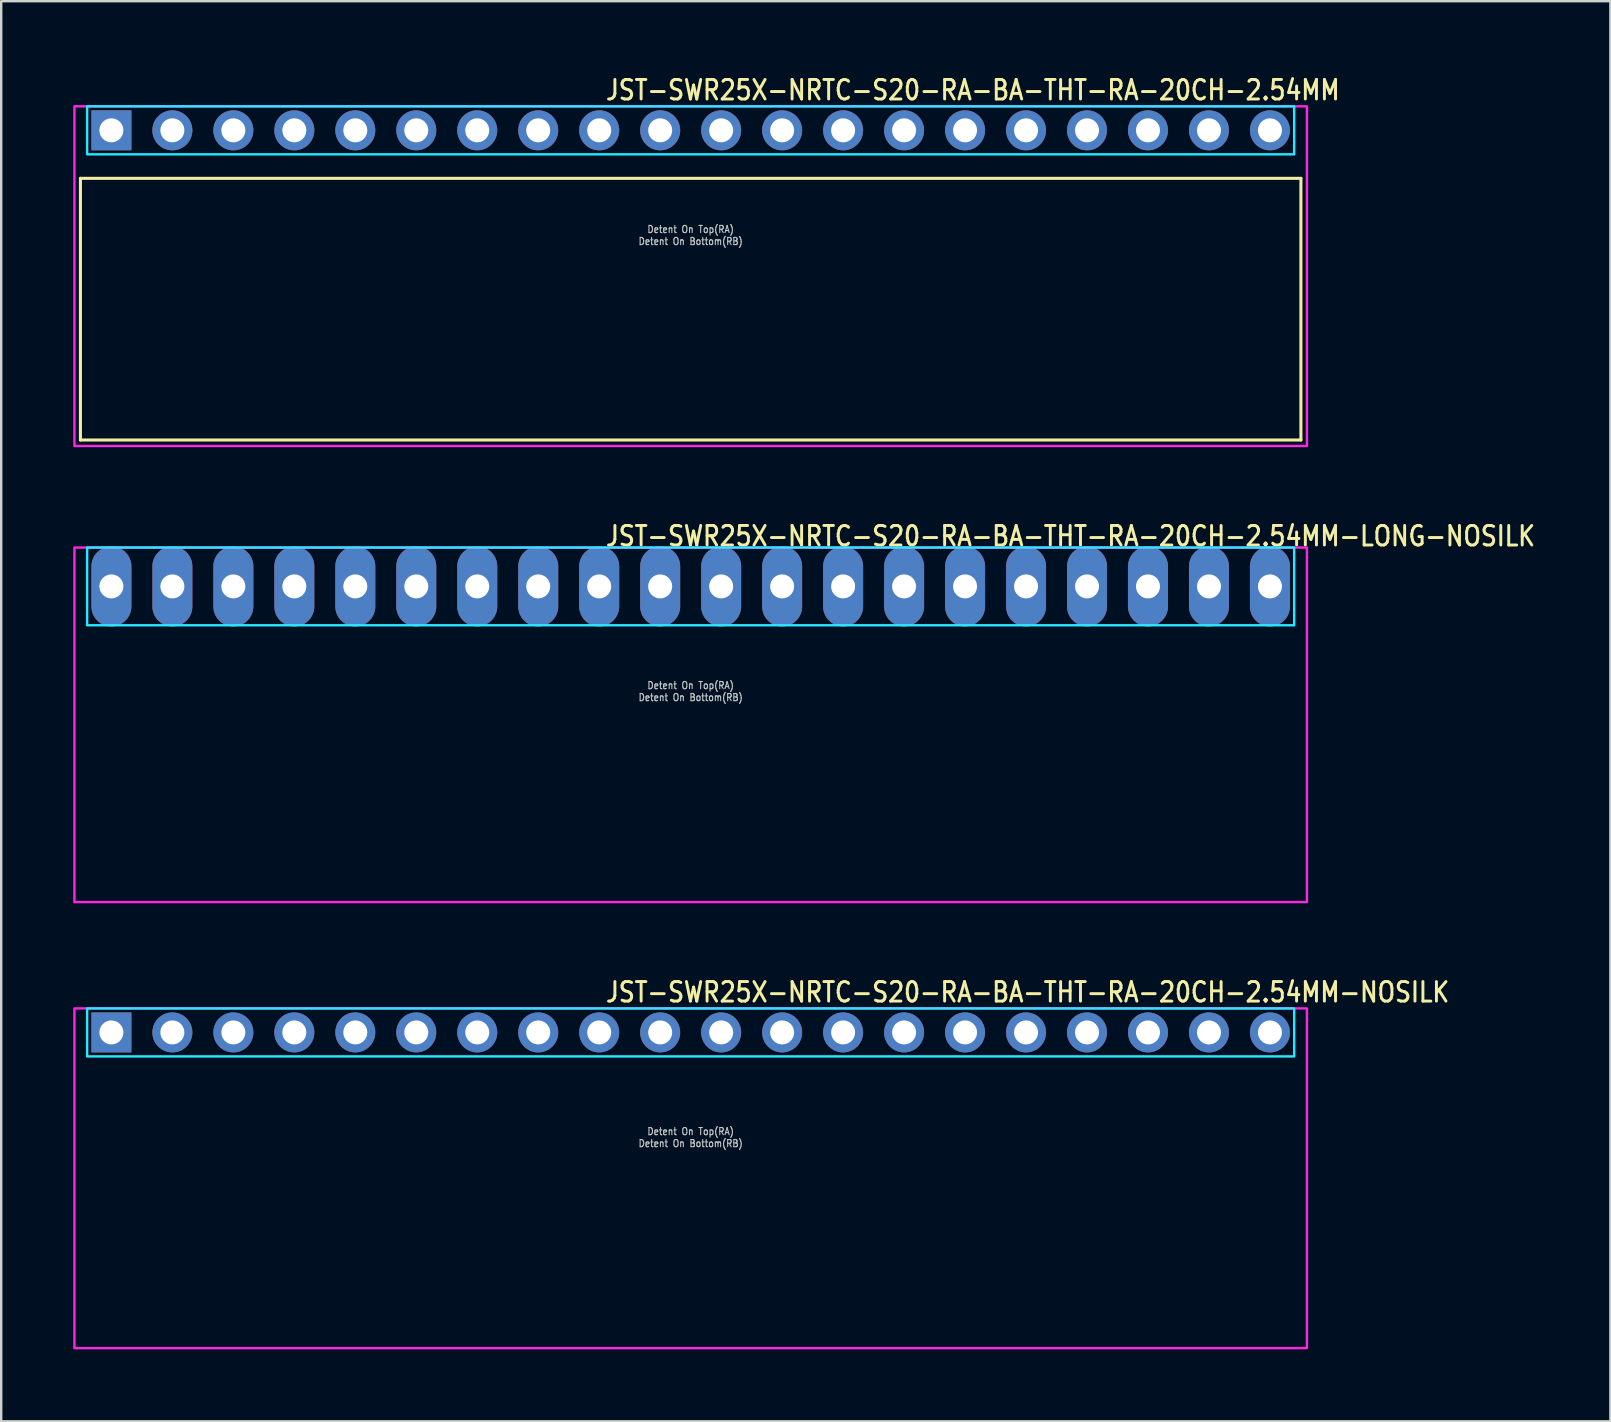
<source format=kicad_pcb>
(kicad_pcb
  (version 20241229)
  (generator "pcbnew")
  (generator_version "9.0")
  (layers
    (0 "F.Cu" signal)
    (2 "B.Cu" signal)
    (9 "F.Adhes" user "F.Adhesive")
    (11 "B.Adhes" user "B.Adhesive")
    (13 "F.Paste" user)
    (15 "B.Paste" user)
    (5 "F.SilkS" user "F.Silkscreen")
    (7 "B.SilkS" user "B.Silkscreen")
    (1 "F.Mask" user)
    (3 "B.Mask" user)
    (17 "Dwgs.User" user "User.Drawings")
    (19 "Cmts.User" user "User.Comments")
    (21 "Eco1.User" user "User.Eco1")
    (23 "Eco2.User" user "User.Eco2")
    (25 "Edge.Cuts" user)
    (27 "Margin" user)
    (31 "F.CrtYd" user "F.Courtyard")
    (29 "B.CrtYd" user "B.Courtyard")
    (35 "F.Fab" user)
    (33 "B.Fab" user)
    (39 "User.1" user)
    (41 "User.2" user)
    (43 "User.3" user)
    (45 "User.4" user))
  (footprint "JST-SWR25X-NRTC-S20-RA-BA-THT-RA-20CH-2.54MM-NOSILK"
    (layer "F.Cu")
    (at 25.72 39.956)
    (property "Reference" "JST-SWR25X-NRTC-S20-RA-BA-THT-RA-20CH-2.54MM-NOSILK" (at -3.6 -1.2 0) (unlocked yes) (layer "F.SilkS") (effects (font (size 0.813 0.695) (thickness 0.122)) (justify left bottom)))
    (fp_poly (pts (xy -25.14 -1) (xy -25.14 1) (xy 25.14 1) (xy 25.14 -1)) (stroke (width 0.1) (type solid)) (fill no) (layer "B.CrtYd"))
    (fp_poly (pts (xy -25.67 -1) (xy -25.67 13.15) (xy 25.67 13.15) (xy 25.67 -1)) (stroke (width 0.1) (type solid)) (fill no) (layer "F.CrtYd"))
    (fp_text user "Detent On Bottom(RB)" (at 0 4.8 0) (unlocked yes) (layer "Dwgs.User") (effects (font (size 0.3 0.257) (thickness 0.045)) (justify bottom)))
    (fp_text user "Detent On Top(RA)" (at 0 4.3 0) (unlocked yes) (layer "Dwgs.User") (effects (font (size 0.3 0.257) (thickness 0.045)) (justify bottom)))
    (pad "1" thru_hole rect (at -24.13 0) (size 1.667 1.667) (drill 1) (layers "*.Cu" "*.Mask"))
    (pad "2" thru_hole oval (at -21.59 0) (size 1.667 1.667) (drill 1) (layers "*.Cu" "*.Mask"))
    (pad "3" thru_hole oval (at -19.05 0) (size 1.667 1.667) (drill 1) (layers "*.Cu" "*.Mask"))
    (pad "4" thru_hole oval (at -16.51 0) (size 1.667 1.667) (drill 1) (layers "*.Cu" "*.Mask"))
    (pad "5" thru_hole oval (at -13.97 0) (size 1.667 1.667) (drill 1) (layers "*.Cu" "*.Mask"))
    (pad "6" thru_hole oval (at -11.43 0) (size 1.667 1.667) (drill 1) (layers "*.Cu" "*.Mask"))
    (pad "7" thru_hole oval (at -8.89 0) (size 1.667 1.667) (drill 1) (layers "*.Cu" "*.Mask"))
    (pad "8" thru_hole oval (at -6.35 0) (size 1.667 1.667) (drill 1) (layers "*.Cu" "*.Mask"))
    (pad "9" thru_hole oval (at -3.81 0) (size 1.667 1.667) (drill 1) (layers "*.Cu" "*.Mask"))
    (pad "10" thru_hole oval (at -1.27 0) (size 1.667 1.667) (drill 1) (layers "*.Cu" "*.Mask"))
    (pad "11" thru_hole oval (at 1.27 0) (size 1.667 1.667) (drill 1) (layers "*.Cu" "*.Mask"))
    (pad "12" thru_hole oval (at 3.81 0) (size 1.667 1.667) (drill 1) (layers "*.Cu" "*.Mask"))
    (pad "13" thru_hole oval (at 6.35 0) (size 1.667 1.667) (drill 1) (layers "*.Cu" "*.Mask"))
    (pad "14" thru_hole oval (at 8.89 0) (size 1.667 1.667) (drill 1) (layers "*.Cu" "*.Mask"))
    (pad "15" thru_hole oval (at 11.43 0) (size 1.667 1.667) (drill 1) (layers "*.Cu" "*.Mask"))
    (pad "16" thru_hole oval (at 13.97 0) (size 1.667 1.667) (drill 1) (layers "*.Cu" "*.Mask"))
    (pad "17" thru_hole oval (at 16.51 0) (size 1.667 1.667) (drill 1) (layers "*.Cu" "*.Mask"))
    (pad "18" thru_hole oval (at 19.05 0) (size 1.667 1.667) (drill 1) (layers "*.Cu" "*.Mask"))
    (pad "19" thru_hole oval (at 21.59 0) (size 1.667 1.667) (drill 1) (layers "*.Cu" "*.Mask"))
    (pad "20" thru_hole oval (at 24.13 0) (size 1.667 1.667) (drill 1) (layers "*.Cu" "*.Mask")))
  (footprint "JST-SWR25X-NRTC-S20-RA-BA-THT-RA-20CH-2.54MM-LONG-NOSILK"
    (layer "F.Cu")
    (at 25.72 21.377)
    (property "Reference" "JST-SWR25X-NRTC-S20-RA-BA-THT-RA-20CH-2.54MM-LONG-NOSILK" (at -3.6 -1.62 0) (unlocked yes) (layer "F.SilkS") (effects (font (size 0.813 0.695) (thickness 0.122)) (justify left bottom)))
    (fp_poly (pts (xy -25.14 -1.62) (xy -25.14 1.62) (xy 25.14 1.62) (xy 25.14 -1.62)) (stroke (width 0.1) (type solid)) (fill no) (layer "B.CrtYd"))
    (fp_poly (pts (xy -25.67 -1.62) (xy -25.67 13.15) (xy 25.67 13.15) (xy 25.67 -1.62)) (stroke (width 0.1) (type solid)) (fill no) (layer "F.CrtYd"))
    (fp_text user "Detent On Top(RA)" (at 0 4.3 0) (unlocked yes) (layer "Dwgs.User") (effects (font (size 0.3 0.257) (thickness 0.045)) (justify bottom)))
    (fp_text user "Detent On Bottom(RB)" (at 0 4.8 0) (unlocked yes) (layer "Dwgs.User") (effects (font (size 0.3 0.257) (thickness 0.045)) (justify bottom)))
    (pad "1" thru_hole oval (at -24.13 0 90) (size 3.333 1.667) (drill 1) (layers "*.Cu" "*.Mask"))
    (pad "2" thru_hole oval (at -21.59 0 90) (size 3.333 1.667) (drill 1) (layers "*.Cu" "*.Mask"))
    (pad "3" thru_hole oval (at -19.05 0 90) (size 3.333 1.667) (drill 1) (layers "*.Cu" "*.Mask"))
    (pad "4" thru_hole oval (at -16.51 0 90) (size 3.333 1.667) (drill 1) (layers "*.Cu" "*.Mask"))
    (pad "5" thru_hole oval (at -13.97 0 90) (size 3.333 1.667) (drill 1) (layers "*.Cu" "*.Mask"))
    (pad "6" thru_hole oval (at -11.43 0 90) (size 3.333 1.667) (drill 1) (layers "*.Cu" "*.Mask"))
    (pad "7" thru_hole oval (at -8.89 0 90) (size 3.333 1.667) (drill 1) (layers "*.Cu" "*.Mask"))
    (pad "8" thru_hole oval (at -6.35 0 90) (size 3.333 1.667) (drill 1) (layers "*.Cu" "*.Mask"))
    (pad "9" thru_hole oval (at -3.81 0 90) (size 3.333 1.667) (drill 1) (layers "*.Cu" "*.Mask"))
    (pad "10" thru_hole oval (at -1.27 0 90) (size 3.333 1.667) (drill 1) (layers "*.Cu" "*.Mask"))
    (pad "11" thru_hole oval (at 1.27 0 90) (size 3.333 1.667) (drill 1) (layers "*.Cu" "*.Mask"))
    (pad "12" thru_hole oval (at 3.81 0 90) (size 3.333 1.667) (drill 1) (layers "*.Cu" "*.Mask"))
    (pad "13" thru_hole oval (at 6.35 0 90) (size 3.333 1.667) (drill 1) (layers "*.Cu" "*.Mask"))
    (pad "14" thru_hole oval (at 8.89 0 90) (size 3.333 1.667) (drill 1) (layers "*.Cu" "*.Mask"))
    (pad "15" thru_hole oval (at 11.43 0 90) (size 3.333 1.667) (drill 1) (layers "*.Cu" "*.Mask"))
    (pad "16" thru_hole oval (at 13.97 0 90) (size 3.333 1.667) (drill 1) (layers "*.Cu" "*.Mask"))
    (pad "17" thru_hole oval (at 16.51 0 90) (size 3.333 1.667) (drill 1) (layers "*.Cu" "*.Mask"))
    (pad "18" thru_hole oval (at 19.05 0 90) (size 3.333 1.667) (drill 1) (layers "*.Cu" "*.Mask"))
    (pad "19" thru_hole oval (at 21.59 0 90) (size 3.333 1.667) (drill 1) (layers "*.Cu" "*.Mask"))
    (pad "20" thru_hole oval (at 24.13 0 90) (size 3.333 1.667) (drill 1) (layers "*.Cu" "*.Mask")))
  (footprint "JST-SWR25X-NRTC-S20-RA-BA-THT-RA-20CH-2.54MM"
    (layer "F.Cu")
    (at 25.72 2.379)
    (property "Reference" "JST-SWR25X-NRTC-S20-RA-BA-THT-RA-20CH-2.54MM" (at -3.6 -1.2 0) (unlocked yes) (layer "F.SilkS") (effects (font (size 0.813 0.695) (thickness 0.122)) (justify left bottom)))
    (fp_line (start -25.42 2) (end 25.42 2) (stroke (width 0.127) (type solid)) (layer "F.SilkS"))
    (fp_line (start -25.42 12.9) (end -25.42 2) (stroke (width 0.127) (type solid)) (layer "F.SilkS"))
    (fp_line (start -25.42 12.9) (end 25.42 12.9) (stroke (width 0.127) (type solid)) (layer "F.SilkS"))
    (fp_line (start 25.42 2) (end 25.42 12.9) (stroke (width 0.127) (type solid)) (layer "F.SilkS"))
    (fp_poly (pts (xy -25.14 -1) (xy -25.14 1) (xy 25.14 1) (xy 25.14 -1)) (stroke (width 0.1) (type solid)) (fill no) (layer "B.CrtYd"))
    (fp_poly (pts (xy -25.67 -1) (xy -25.67 13.15) (xy 25.67 13.15) (xy 25.67 -1)) (stroke (width 0.1) (type solid)) (fill no) (layer "F.CrtYd"))
    (fp_text user "Detent On Top(RA)" (at 0 4.3 0) (unlocked yes) (layer "Dwgs.User") (effects (font (size 0.3 0.257) (thickness 0.045)) (justify bottom)))
    (fp_text user "Detent On Bottom(RB)" (at 0 4.8 0) (unlocked yes) (layer "Dwgs.User") (effects (font (size 0.3 0.257) (thickness 0.045)) (justify bottom)))
    (pad "1" thru_hole rect (at -24.13 0) (size 1.667 1.667) (drill 1) (layers "*.Cu" "*.Mask"))
    (pad "2" thru_hole oval (at -21.59 0) (size 1.667 1.667) (drill 1) (layers "*.Cu" "*.Mask"))
    (pad "3" thru_hole oval (at -19.05 0) (size 1.667 1.667) (drill 1) (layers "*.Cu" "*.Mask"))
    (pad "4" thru_hole oval (at -16.51 0) (size 1.667 1.667) (drill 1) (layers "*.Cu" "*.Mask"))
    (pad "5" thru_hole oval (at -13.97 0) (size 1.667 1.667) (drill 1) (layers "*.Cu" "*.Mask"))
    (pad "6" thru_hole oval (at -11.43 0) (size 1.667 1.667) (drill 1) (layers "*.Cu" "*.Mask"))
    (pad "7" thru_hole oval (at -8.89 0) (size 1.667 1.667) (drill 1) (layers "*.Cu" "*.Mask"))
    (pad "8" thru_hole oval (at -6.35 0) (size 1.667 1.667) (drill 1) (layers "*.Cu" "*.Mask"))
    (pad "9" thru_hole oval (at -3.81 0) (size 1.667 1.667) (drill 1) (layers "*.Cu" "*.Mask"))
    (pad "10" thru_hole oval (at -1.27 0) (size 1.667 1.667) (drill 1) (layers "*.Cu" "*.Mask"))
    (pad "11" thru_hole oval (at 1.27 0) (size 1.667 1.667) (drill 1) (layers "*.Cu" "*.Mask"))
    (pad "12" thru_hole oval (at 3.81 0) (size 1.667 1.667) (drill 1) (layers "*.Cu" "*.Mask"))
    (pad "13" thru_hole oval (at 6.35 0) (size 1.667 1.667) (drill 1) (layers "*.Cu" "*.Mask"))
    (pad "14" thru_hole oval (at 8.89 0) (size 1.667 1.667) (drill 1) (layers "*.Cu" "*.Mask"))
    (pad "15" thru_hole oval (at 11.43 0) (size 1.667 1.667) (drill 1) (layers "*.Cu" "*.Mask"))
    (pad "16" thru_hole oval (at 13.97 0) (size 1.667 1.667) (drill 1) (layers "*.Cu" "*.Mask"))
    (pad "17" thru_hole oval (at 16.51 0) (size 1.667 1.667) (drill 1) (layers "*.Cu" "*.Mask"))
    (pad "18" thru_hole oval (at 19.05 0) (size 1.667 1.667) (drill 1) (layers "*.Cu" "*.Mask"))
    (pad "19" thru_hole oval (at 21.59 0) (size 1.667 1.667) (drill 1) (layers "*.Cu" "*.Mask"))
    (pad "20" thru_hole oval (at 24.13 0) (size 1.667 1.667) (drill 1) (layers "*.Cu" "*.Mask")))
  (gr_rect
    (start -3 -3)
    (end 64.032 56.156)
    (stroke (width 0.1) (type default))
    (fill no)
    (layer "Edge.Cuts")))
</source>
